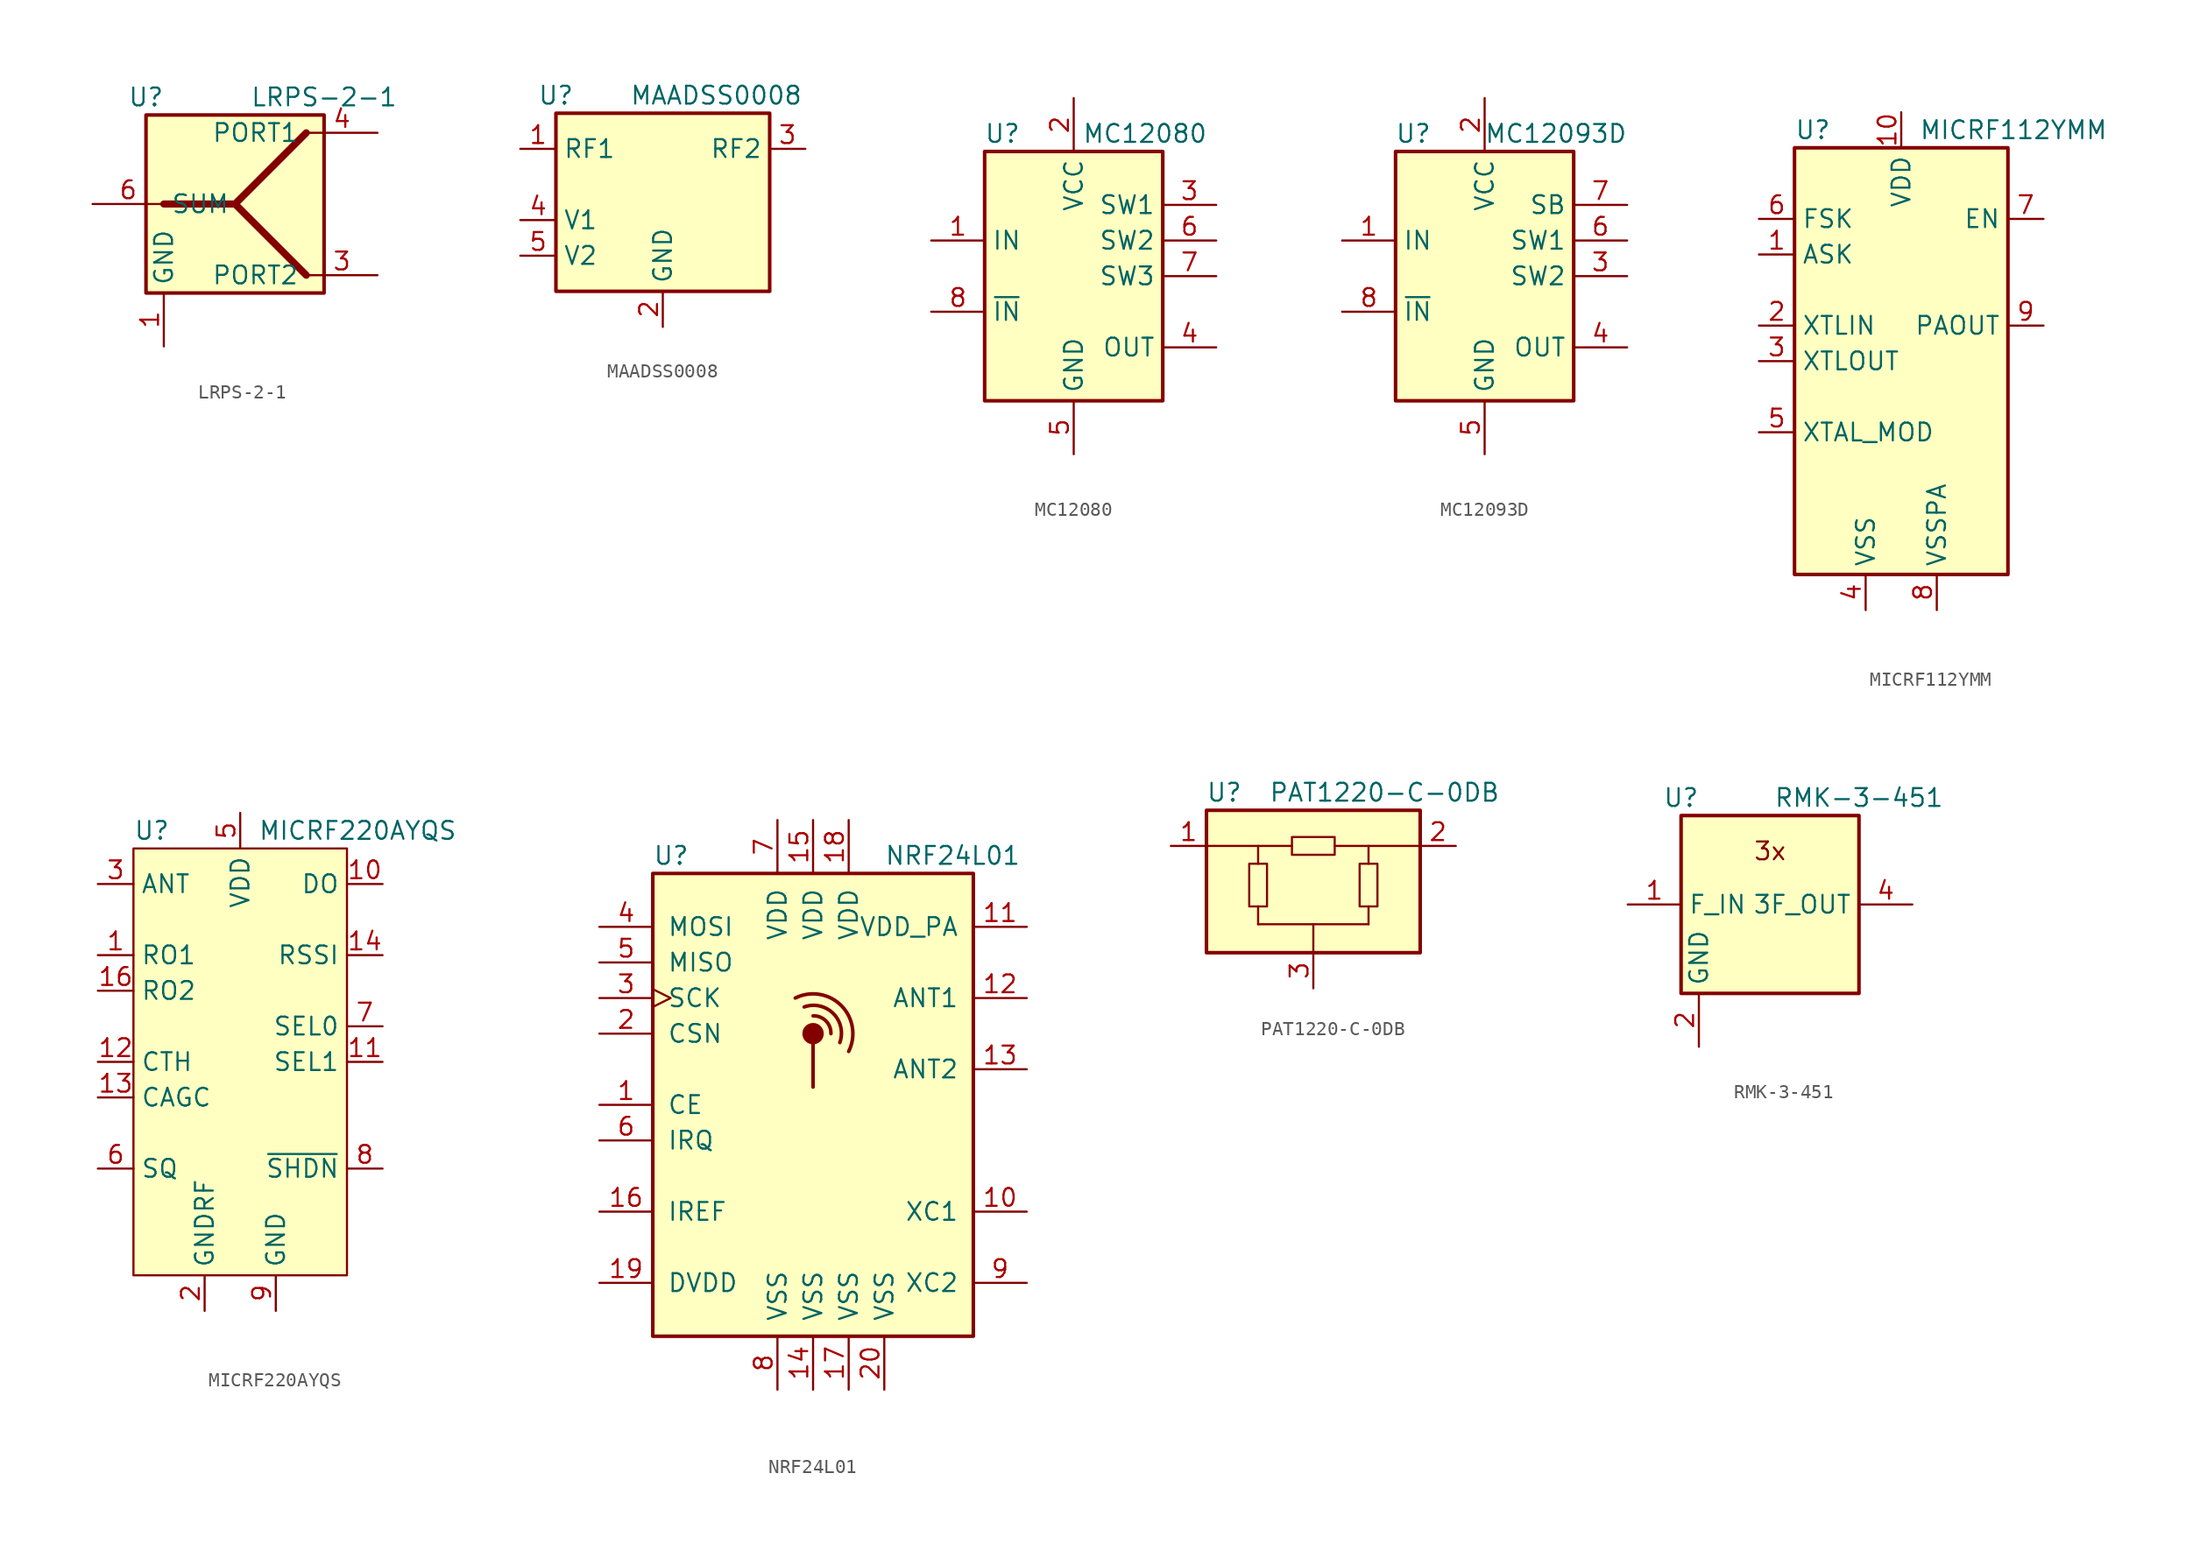
<source format=kicad_sym>
(kicad_symbol_lib
  (version 20211014)
  (generator kicad_symbol_editor)
  (symbol "LRPS-2-1"
    (property "Reference" "U"
      (at -6.35 7.62 0)
      (effects (font (size 1.27 1.27))))
    (property "Value" "LRPS-2-1"
      (at 6.35 7.62 0)
      (effects (font (size 1.27 1.27))))
    (symbol "LRPS-2-1_0_1"
      (rectangle (start -6.35 6.35) (end 6.35 -6.35) (stroke (width 0.254) (type default) (color 0 0 0 0)) (fill (type background)))
      (polyline (pts (xy 0 0) (xy 5.08 -5.08)) (stroke (width 0.508) (type default) (color 0 0 0 0)) (fill (type none)))
      (polyline (pts (xy -5.08 0) (xy 0 0) (xy 5.08 5.08)) (stroke (width 0.508) (type default) (color 0 0 0 0)) (fill (type none))))
    (symbol "LRPS-2-1_1_1"
      (pin passive line (at -5.08 -10.16 90) (length 3.81) (name "GND" (effects (font (size 1.27 1.27)))) (number "1" (effects (font (size 1.27 1.27)))))
      (pin no_connect line (at 5.08 2.54 180) (length 5.08) hide (name "NC" (effects (font (size 1.27 1.27)))) (number "2" (effects (font (size 1.27 1.27)))))
      (pin passive line (at 10.16 -5.08 180) (length 5.08) (name "PORT2" (effects (font (size 1.27 1.27)))) (number "3" (effects (font (size 1.27 1.27)))))
      (pin passive line (at 10.16 5.08 180) (length 5.08) (name "PORT1" (effects (font (size 1.27 1.27)))) (number "4" (effects (font (size 1.27 1.27)))))
      (pin no_connect line (at 5.08 -2.54 180) (length 5.08) hide (name "NC" (effects (font (size 1.27 1.27)))) (number "5" (effects (font (size 1.27 1.27)))))
      (pin passive line (at -10.16 0 0) (length 5.08) (name "SUM" (effects (font (size 1.27 1.27)))) (number "6" (effects (font (size 1.27 1.27)))))))
  (symbol "MAADSS0008"
    (property "Reference" "U"
      (at -7.62 6.35 0)
      (effects (font (size 1.27 1.27))))
    (property "Value" "MAADSS0008"
      (at 3.81 6.35 0)
      (effects (font (size 1.27 1.27))))
    (symbol "MAADSS0008_0_1"
      (rectangle (start -7.62 5.08) (end 7.62 -7.62) (stroke (width 0.254) (type default) (color 0 0 0 0)) (fill (type background))))
    (symbol "MAADSS0008_1_1"
      (pin passive line (at -10.16 2.54 0) (length 2.54) (name "RF1" (effects (font (size 1.27 1.27)))) (number "1" (effects (font (size 1.27 1.27)))))
      (pin passive line (at 0 -10.16 90) (length 2.54) (name "GND" (effects (font (size 1.27 1.27)))) (number "2" (effects (font (size 1.27 1.27)))))
      (pin passive line (at 10.16 2.54 180) (length 2.54) (name "RF2" (effects (font (size 1.27 1.27)))) (number "3" (effects (font (size 1.27 1.27)))))
      (pin input line (at -10.16 -2.54 0) (length 2.54) (name "V1" (effects (font (size 1.27 1.27)))) (number "4" (effects (font (size 1.27 1.27)))))
      (pin input line (at -10.16 -5.08 0) (length 2.54) (name "V2" (effects (font (size 1.27 1.27)))) (number "5" (effects (font (size 1.27 1.27)))))))
  (symbol "MC12080"
    (property "Reference" "U"
      (at -5.08 10.16 0)
      (effects (font (size 1.27 1.27))))
    (property "Value" "MC12080"
      (at 5.08 10.16 0)
      (effects (font (size 1.27 1.27))))
    (symbol "MC12080_0_1"
      (rectangle (start -6.35 8.89) (end 6.35 -8.89) (stroke (width 0.254) (type default) (color 0 0 0 0)) (fill (type background))))
    (symbol "MC12080_1_1"
      (pin input line (at -10.16 2.54 0) (length 3.81) (name "IN" (effects (font (size 1.27 1.27)))) (number "1" (effects (font (size 1.27 1.27)))))
      (pin power_in line (at 0 12.7 270) (length 3.81) (name "VCC" (effects (font (size 1.27 1.27)))) (number "2" (effects (font (size 1.27 1.27)))))
      (pin input line (at 10.16 5.08 180) (length 3.81) (name "SW1" (effects (font (size 1.27 1.27)))) (number "3" (effects (font (size 1.27 1.27)))))
      (pin output line (at 10.16 -5.08 180) (length 3.81) (name "OUT" (effects (font (size 1.27 1.27)))) (number "4" (effects (font (size 1.27 1.27)))))
      (pin power_in line (at 0 -12.7 90) (length 3.81) (name "GND" (effects (font (size 1.27 1.27)))) (number "5" (effects (font (size 1.27 1.27)))))
      (pin input line (at 10.16 2.54 180) (length 3.81) (name "SW2" (effects (font (size 1.27 1.27)))) (number "6" (effects (font (size 1.27 1.27)))))
      (pin input line (at 10.16 0 180) (length 3.81) (name "SW3" (effects (font (size 1.27 1.27)))) (number "7" (effects (font (size 1.27 1.27)))))
      (pin input line (at -10.16 -2.54 0) (length 3.81) (name "~{IN}" (effects (font (size 1.27 1.27)))) (number "8" (effects (font (size 1.27 1.27)))))))
  (symbol "MC12093D"
    (property "Reference" "U"
      (at -5.08 10.16 0)
      (effects (font (size 1.27 1.27))))
    (property "Value" "MC12093D"
      (at 5.08 10.16 0)
      (effects (font (size 1.27 1.27))))
    (symbol "MC12093D_0_1"
      (rectangle (start -6.35 8.89) (end 6.35 -8.89) (stroke (width 0.254) (type default) (color 0 0 0 0)) (fill (type background))))
    (symbol "MC12093D_1_1"
      (pin input line (at -10.16 2.54 0) (length 3.81) (name "IN" (effects (font (size 1.27 1.27)))) (number "1" (effects (font (size 1.27 1.27)))))
      (pin power_in line (at 0 12.7 270) (length 3.81) (name "VCC" (effects (font (size 1.27 1.27)))) (number "2" (effects (font (size 1.27 1.27)))))
      (pin input line (at 10.16 0 180) (length 3.81) (name "SW2" (effects (font (size 1.27 1.27)))) (number "3" (effects (font (size 1.27 1.27)))))
      (pin output line (at 10.16 -5.08 180) (length 3.81) (name "OUT" (effects (font (size 1.27 1.27)))) (number "4" (effects (font (size 1.27 1.27)))))
      (pin power_in line (at 0 -12.7 90) (length 3.81) (name "GND" (effects (font (size 1.27 1.27)))) (number "5" (effects (font (size 1.27 1.27)))))
      (pin input line (at 10.16 2.54 180) (length 3.81) (name "SW1" (effects (font (size 1.27 1.27)))) (number "6" (effects (font (size 1.27 1.27)))))
      (pin input line (at 10.16 5.08 180) (length 3.81) (name "SB" (effects (font (size 1.27 1.27)))) (number "7" (effects (font (size 1.27 1.27)))))
      (pin input line (at -10.16 -2.54 0) (length 3.81) (name "~{IN}" (effects (font (size 1.27 1.27)))) (number "8" (effects (font (size 1.27 1.27)))))))
  (symbol "MICRF112YMM"
    (property "Reference" "U"
      (at -7.62 16.51 0)
      (effects (font (size 1.27 1.27)) (justify left)))
    (property "Value" "MICRF112YMM"
      (at 1.27 16.51 0)
      (effects (font (size 1.27 1.27)) (justify left)))
    (symbol "MICRF112YMM_0_1"
      (polyline (pts (xy 7.62 15.24) (xy -7.62 15.24) (xy -7.62 -15.24) (xy 7.62 -15.24) (xy 7.62 15.24)) (stroke (width 0.254) (type default) (color 0 0 0 0)) (fill (type background))))
    (symbol "MICRF112YMM_1_1"
      (pin input line (at -10.16 7.62 0) (length 2.54) (name "ASK" (effects (font (size 1.27 1.27)))) (number "1" (effects (font (size 1.27 1.27)))))
      (pin power_in line (at 0 17.78 270) (length 2.54) (name "VDD" (effects (font (size 1.27 1.27)))) (number "10" (effects (font (size 1.27 1.27)))))
      (pin input line (at -10.16 2.54 0) (length 2.54) (name "XTLIN" (effects (font (size 1.27 1.27)))) (number "2" (effects (font (size 1.27 1.27)))))
      (pin output line (at -10.16 0 0) (length 2.54) (name "XTLOUT" (effects (font (size 1.27 1.27)))) (number "3" (effects (font (size 1.27 1.27)))))
      (pin power_in line (at -2.54 -17.78 90) (length 2.54) (name "VSS" (effects (font (size 1.27 1.27)))) (number "4" (effects (font (size 1.27 1.27)))))
      (pin passive line (at -10.16 -5.08 0) (length 2.54) (name "XTAL_MOD" (effects (font (size 1.27 1.27)))) (number "5" (effects (font (size 1.27 1.27)))))
      (pin input line (at -10.16 10.16 0) (length 2.54) (name "FSK" (effects (font (size 1.27 1.27)))) (number "6" (effects (font (size 1.27 1.27)))))
      (pin input line (at 10.16 10.16 180) (length 2.54) (name "EN" (effects (font (size 1.27 1.27)))) (number "7" (effects (font (size 1.27 1.27)))))
      (pin power_in line (at 2.54 -17.78 90) (length 2.54) (name "VSSPA" (effects (font (size 1.27 1.27)))) (number "8" (effects (font (size 1.27 1.27)))))
      (pin output line (at 10.16 2.54 180) (length 2.54) (name "PAOUT" (effects (font (size 1.27 1.27)))) (number "9" (effects (font (size 1.27 1.27)))))))
  (symbol "MICRF220AYQS"
    (property "Reference" "U"
      (at -7.62 16.51 0)
      (effects (font (size 1.27 1.27)) (justify left)))
    (property "Value" "MICRF220AYQS"
      (at 1.27 16.51 0)
      (effects (font (size 1.27 1.27)) (justify left)))
    (symbol "MICRF220AYQS_0_1"
      (polyline (pts (xy -7.62 15.24) (xy 7.62 15.24) (xy 7.62 -15.24) (xy -7.62 -15.24) (xy -7.62 15.24)) (stroke (width 0) (type default) (color 0 0 0 0)) (fill (type background))))
    (symbol "MICRF220AYQS_1_1"
      (pin input line (at -10.16 7.62 0) (length 2.54) (name "RO1" (effects (font (size 1.27 1.27)))) (number "1" (effects (font (size 1.27 1.27)))))
      (pin output line (at 10.16 12.7 180) (length 2.54) (name "DO" (effects (font (size 1.27 1.27)))) (number "10" (effects (font (size 1.27 1.27)))))
      (pin input line (at 10.16 0 180) (length 2.54) (name "SEL1" (effects (font (size 1.27 1.27)))) (number "11" (effects (font (size 1.27 1.27)))))
      (pin input line (at -10.16 0 0) (length 2.54) (name "CTH" (effects (font (size 1.27 1.27)))) (number "12" (effects (font (size 1.27 1.27)))))
      (pin input line (at -10.16 -2.54 0) (length 2.54) (name "CAGC" (effects (font (size 1.27 1.27)))) (number "13" (effects (font (size 1.27 1.27)))))
      (pin output line (at 10.16 7.62 180) (length 2.54) (name "RSSI" (effects (font (size 1.27 1.27)))) (number "14" (effects (font (size 1.27 1.27)))))
      (pin no_connect line (at 7.62 -5.08 180) (length 2.54) hide (name "NC" (effects (font (size 1.27 1.27)))) (number "15" (effects (font (size 1.27 1.27)))))
      (pin output line (at -10.16 5.08 0) (length 2.54) (name "RO2" (effects (font (size 1.27 1.27)))) (number "16" (effects (font (size 1.27 1.27)))))
      (pin power_in line (at -2.54 -17.78 90) (length 2.54) (name "GNDRF" (effects (font (size 1.27 1.27)))) (number "2" (effects (font (size 1.27 1.27)))))
      (pin input line (at -10.16 12.7 0) (length 2.54) (name "ANT" (effects (font (size 1.27 1.27)))) (number "3" (effects (font (size 1.27 1.27)))))
      (pin passive line (at -2.54 -17.78 90) (length 2.54) hide (name "GNDRF" (effects (font (size 1.27 1.27)))) (number "4" (effects (font (size 1.27 1.27)))))
      (pin power_in line (at 0 17.78 270) (length 2.54) (name "VDD" (effects (font (size 1.27 1.27)))) (number "5" (effects (font (size 1.27 1.27)))))
      (pin input line (at -10.16 -7.62 0) (length 2.54) (name "SQ" (effects (font (size 1.27 1.27)))) (number "6" (effects (font (size 1.27 1.27)))))
      (pin input line (at 10.16 2.54 180) (length 2.54) (name "SEL0" (effects (font (size 1.27 1.27)))) (number "7" (effects (font (size 1.27 1.27)))))
      (pin input line (at 10.16 -7.62 180) (length 2.54) (name "~{SHDN}" (effects (font (size 1.27 1.27)))) (number "8" (effects (font (size 1.27 1.27)))))
      (pin power_in line (at 2.54 -17.78 90) (length 2.54) (name "GND" (effects (font (size 1.27 1.27)))) (number "9" (effects (font (size 1.27 1.27)))))))
  (symbol "NRF24L01"
    (pin_names
      (offset 1.016))
    (property "Reference" "U"
      (at -11.43 17.78 0)
      (effects (font (size 1.27 1.27)) (justify left)))
    (property "Value" "NRF24L01"
      (at 5.08 17.78 0)
      (effects (font (size 1.27 1.27)) (justify left)))
    (symbol "NRF24L01_0_1"
      (rectangle (start -11.43 16.51) (end 11.43 -16.51) (stroke (width 0.254) (type default) (color 0 0 0 0)) (fill (type background)))
      (polyline (pts (xy 0 4.445) (xy 0 1.27)) (stroke (width 0.254) (type default) (color 0 0 0 0)) (fill (type none)))
      (circle (center 0 5.08) (radius 0.635) (stroke (width 0.254) (type default) (color 0 0 0 0)) (fill (type outline)))
      (arc (start 1.27 5.08) (mid 0.9071 5.9946) (end 0 6.35) (stroke (width 0.254) (type default) (color 0 0 0 0)) (fill (type none)))
      (arc (start 1.905 4.445) (mid 1.4313 6.5254) (end -0.635 6.985) (stroke (width 0.254) (type default) (color 0 0 0 0)) (fill (type none)))
      (arc (start 2.54 3.81) (mid 2.008 7.088) (end -1.27 7.62) (stroke (width 0.254) (type default) (color 0 0 0 0)) (fill (type none)))
      (rectangle (start 11.43 -13.97) (end 11.43 -13.97) (stroke (width 0) (type default) (color 0 0 0 0)) (fill (type none))))
    (symbol "NRF24L01_1_1"
      (pin input line (at -15.24 0 0) (length 3.81) (name "CE" (effects (font (size 1.27 1.27)))) (number "1" (effects (font (size 1.27 1.27)))))
      (pin passive line (at 15.24 -7.62 180) (length 3.81) (name "XC1" (effects (font (size 1.27 1.27)))) (number "10" (effects (font (size 1.27 1.27)))))
      (pin power_out line (at 15.24 12.7 180) (length 3.81) (name "VDD_PA" (effects (font (size 1.27 1.27)))) (number "11" (effects (font (size 1.27 1.27)))))
      (pin passive line (at 15.24 7.62 180) (length 3.81) (name "ANT1" (effects (font (size 1.27 1.27)))) (number "12" (effects (font (size 1.27 1.27)))))
      (pin passive line (at 15.24 2.54 180) (length 3.81) (name "ANT2" (effects (font (size 1.27 1.27)))) (number "13" (effects (font (size 1.27 1.27)))))
      (pin power_in line (at 0 -20.32 90) (length 3.81) (name "VSS" (effects (font (size 1.27 1.27)))) (number "14" (effects (font (size 1.27 1.27)))))
      (pin power_in line (at 0 20.32 270) (length 3.81) (name "VDD" (effects (font (size 1.27 1.27)))) (number "15" (effects (font (size 1.27 1.27)))))
      (pin passive line (at -15.24 -7.62 0) (length 3.81) (name "IREF" (effects (font (size 1.27 1.27)))) (number "16" (effects (font (size 1.27 1.27)))))
      (pin power_in line (at 2.54 -20.32 90) (length 3.81) (name "VSS" (effects (font (size 1.27 1.27)))) (number "17" (effects (font (size 1.27 1.27)))))
      (pin power_in line (at 2.54 20.32 270) (length 3.81) (name "VDD" (effects (font (size 1.27 1.27)))) (number "18" (effects (font (size 1.27 1.27)))))
      (pin power_out line (at -15.24 -12.7 0) (length 3.81) (name "DVDD" (effects (font (size 1.27 1.27)))) (number "19" (effects (font (size 1.27 1.27)))))
      (pin input line (at -15.24 5.08 0) (length 3.81) (name "CSN" (effects (font (size 1.27 1.27)))) (number "2" (effects (font (size 1.27 1.27)))))
      (pin power_in line (at 5.08 -20.32 90) (length 3.81) (name "VSS" (effects (font (size 1.27 1.27)))) (number "20" (effects (font (size 1.27 1.27)))))
      (pin input clock (at -15.24 7.62 0) (length 3.81) (name "SCK" (effects (font (size 1.27 1.27)))) (number "3" (effects (font (size 1.27 1.27)))))
      (pin input line (at -15.24 12.7 0) (length 3.81) (name "MOSI" (effects (font (size 1.27 1.27)))) (number "4" (effects (font (size 1.27 1.27)))))
      (pin output line (at -15.24 10.16 0) (length 3.81) (name "MISO" (effects (font (size 1.27 1.27)))) (number "5" (effects (font (size 1.27 1.27)))))
      (pin output line (at -15.24 -2.54 0) (length 3.81) (name "IRQ" (effects (font (size 1.27 1.27)))) (number "6" (effects (font (size 1.27 1.27)))))
      (pin power_in line (at -2.54 20.32 270) (length 3.81) (name "VDD" (effects (font (size 1.27 1.27)))) (number "7" (effects (font (size 1.27 1.27)))))
      (pin power_in line (at -2.54 -20.32 90) (length 3.81) (name "VSS" (effects (font (size 1.27 1.27)))) (number "8" (effects (font (size 1.27 1.27)))))
      (pin passive line (at 15.24 -12.7 180) (length 3.81) (name "XC2" (effects (font (size 1.27 1.27)))) (number "9" (effects (font (size 1.27 1.27)))))))
  (symbol "PAT1220-C-0DB"
    (property "Reference" "U"
      (at -6.35 6.35 0)
      (effects (font (size 1.27 1.27))))
    (property "Value" "PAT1220-C-0DB"
      (at 5.08 6.35 0)
      (effects (font (size 1.27 1.27))))
    (symbol "PAT1220-C-0DB_0_1"
      (rectangle (start -7.62 5.08) (end 7.62 -5.08) (stroke (width 0.254) (type default) (color 0 0 0 0)) (fill (type background)))
      (polyline (pts (xy -3.937 -3.048) (xy 3.937 -3.048)) (stroke (width 0) (type default) (color 0 0 0 0)) (fill (type none)))
      (polyline (pts (xy -3.937 1.27) (xy -3.937 2.54)) (stroke (width 0) (type default) (color 0 0 0 0)) (fill (type none)))
      (polyline (pts (xy -1.524 2.54) (xy -7.62 2.54)) (stroke (width 0) (type default) (color 0 0 0 0)) (fill (type none)))
      (polyline (pts (xy 0 -5.08) (xy 0 -3.048)) (stroke (width 0) (type default) (color 0 0 0 0)) (fill (type none)))
      (polyline (pts (xy 3.937 1.27) (xy 3.937 2.54)) (stroke (width 0) (type default) (color 0 0 0 0)) (fill (type none)))
      (pin passive line (at 0 -7.62 90) (length 2.54) (name "~" (effects (font (size 1.27 1.27)))) (number "3" (effects (font (size 1.27 1.27))))))
    (symbol "PAT1220-C-0DB_1_1"
      (rectangle (start -4.572 -1.778) (end -3.302 1.27) (stroke (width 0) (type default) (color 0 0 0 0)) (fill (type none)))
      (rectangle (start -1.524 3.175) (end 1.524 1.905) (stroke (width 0) (type default) (color 0 0 0 0)) (fill (type none)))
      (polyline (pts (xy -3.937 -3.048) (xy -3.937 -1.778)) (stroke (width 0) (type default) (color 0 0 0 0)) (fill (type none)))
      (polyline (pts (xy 3.937 -3.048) (xy 3.937 -1.778)) (stroke (width 0) (type default) (color 0 0 0 0)) (fill (type none)))
      (polyline (pts (xy 7.62 2.54) (xy 1.524 2.54)) (stroke (width 0) (type default) (color 0 0 0 0)) (fill (type none)))
      (rectangle (start 3.302 -1.778) (end 4.572 1.27) (stroke (width 0) (type default) (color 0 0 0 0)) (fill (type none)))
      (pin passive line (at -10.16 2.54 0) (length 2.54) (name "~" (effects (font (size 1.27 1.27)))) (number "1" (effects (font (size 1.27 1.27)))))
      (pin passive line (at 10.16 2.54 180) (length 2.54) (name "~" (effects (font (size 1.27 1.27)))) (number "2" (effects (font (size 1.27 1.27)))))))
  (symbol "RMK-3-451"
    (property "Reference" "U"
      (at -6.35 7.62 0)
      (effects (font (size 1.27 1.27))))
    (property "Value" "RMK-3-451"
      (at 6.35 7.62 0)
      (effects (font (size 1.27 1.27))))
    (symbol "RMK-3-451_0_0"
      (text "3x" (at 0 3.81 0) (effects (font (size 1.27 1.27)))))
    (symbol "RMK-3-451_0_1"
      (rectangle (start -6.35 6.35) (end 6.35 -6.35) (stroke (width 0.254) (type default) (color 0 0 0 0)) (fill (type background))))
    (symbol "RMK-3-451_1_1"
      (pin input line (at -10.16 0 0) (length 3.81) (name "F_IN" (effects (font (size 1.27 1.27)))) (number "1" (effects (font (size 1.27 1.27)))))
      (pin power_in line (at -5.08 -10.16 90) (length 3.81) (name "GND" (effects (font (size 1.27 1.27)))) (number "2" (effects (font (size 1.27 1.27)))))
      (pin passive line (at -5.08 -10.16 90) (length 3.81) hide (name "GND" (effects (font (size 1.27 1.27)))) (number "3" (effects (font (size 1.27 1.27)))))
      (pin output line (at 10.16 0 180) (length 3.81) (name "3F_OUT" (effects (font (size 1.27 1.27)))) (number "4" (effects (font (size 1.27 1.27)))))
      (pin passive line (at -5.08 -10.16 90) (length 3.81) hide (name "GND" (effects (font (size 1.27 1.27)))) (number "5" (effects (font (size 1.27 1.27)))))
      (pin passive line (at -5.08 -10.16 90) (length 3.81) hide (name "GND" (effects (font (size 1.27 1.27)))) (number "6" (effects (font (size 1.27 1.27))))))))
</source>
